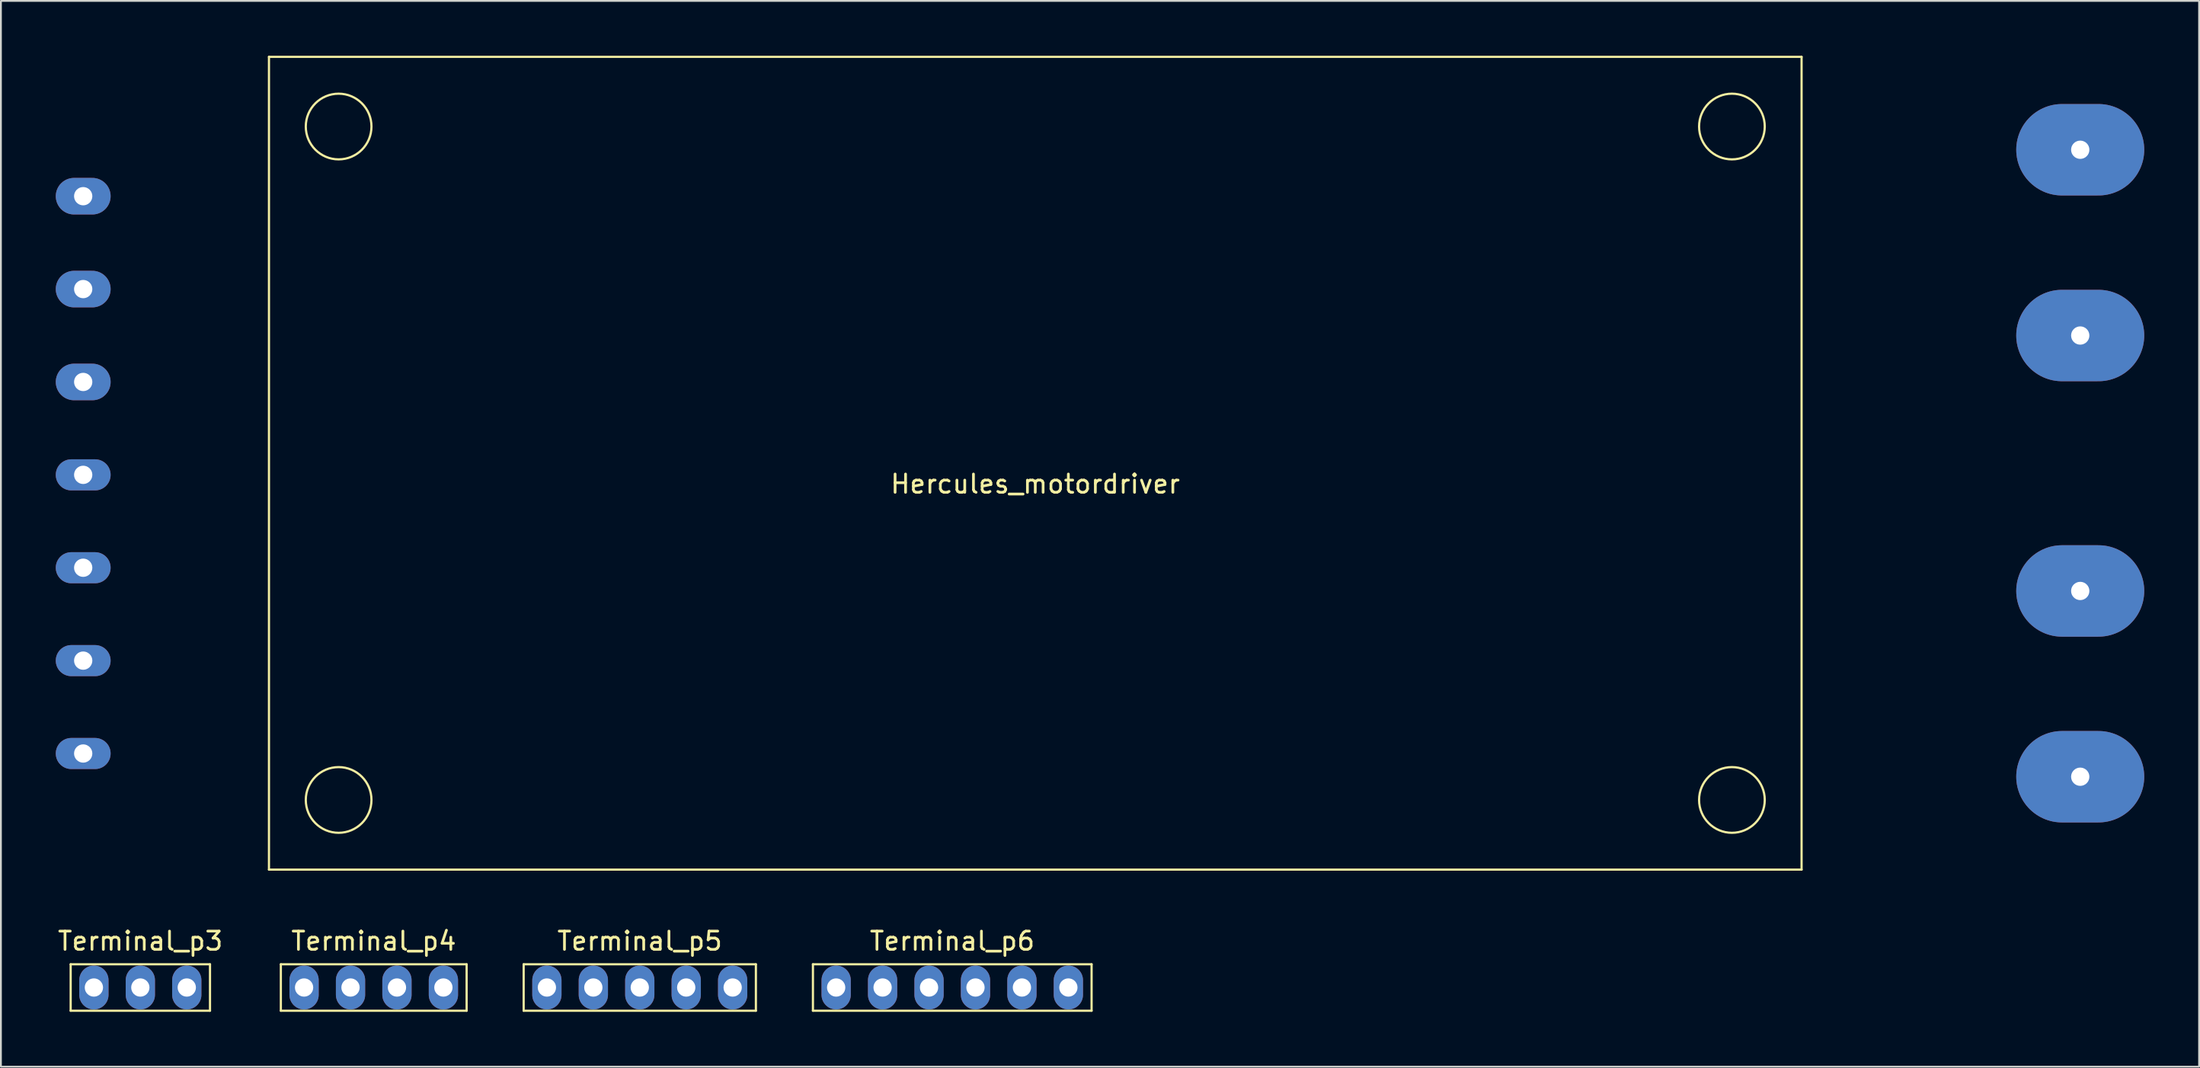
<source format=kicad_pcb>
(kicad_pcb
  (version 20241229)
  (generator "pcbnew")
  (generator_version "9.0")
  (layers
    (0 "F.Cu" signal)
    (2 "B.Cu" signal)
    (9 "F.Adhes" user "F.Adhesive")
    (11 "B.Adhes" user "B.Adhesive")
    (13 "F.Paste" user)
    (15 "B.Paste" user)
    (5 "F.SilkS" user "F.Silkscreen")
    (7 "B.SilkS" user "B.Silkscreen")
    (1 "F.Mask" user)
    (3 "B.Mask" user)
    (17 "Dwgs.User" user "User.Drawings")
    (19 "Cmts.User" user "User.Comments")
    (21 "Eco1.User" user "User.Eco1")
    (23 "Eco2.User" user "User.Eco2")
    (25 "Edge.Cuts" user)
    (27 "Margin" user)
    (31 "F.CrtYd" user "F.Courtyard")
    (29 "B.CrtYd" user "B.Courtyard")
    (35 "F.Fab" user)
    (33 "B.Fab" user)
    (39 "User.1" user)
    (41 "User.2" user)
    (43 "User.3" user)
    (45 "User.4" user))
  (footprint "Terminal_p4"
    (layer "F.Cu")
    (at 17.39 50.958)
    (property "Reference" "Terminal_p4" (at 0 -2.54 0) (layer "F.SilkS") (effects (font (size 1 1) (thickness 0.15))))
    (attr through_hole)
    (fp_line (start -5.08 -1.27) (end 5.08 -1.27) (stroke (width 0.12) (type solid)) (layer "F.SilkS"))
    (fp_line (start -5.08 1.27) (end -5.08 -1.27) (stroke (width 0.12) (type solid)) (layer "F.SilkS"))
    (fp_line (start 5.08 -1.27) (end 5.08 1.27) (stroke (width 0.12) (type solid)) (layer "F.SilkS"))
    (fp_line (start 5.08 1.27) (end -5.08 1.27) (stroke (width 0.12) (type solid)) (layer "F.SilkS"))
    (pad "1" thru_hole oval (at -3.81 0) (size 1.6 2.4) (drill 1) (layers "*.Cu" "*.Mask"))
    (pad "2" thru_hole oval (at -1.27 0) (size 1.6 2.4) (drill 1) (layers "*.Cu" "*.Mask"))
    (pad "3" thru_hole oval (at 1.27 0) (size 1.6 2.4) (drill 1) (layers "*.Cu" "*.Mask"))
    (pad "4" thru_hole oval (at 3.81 0) (size 1.6 2.4) (drill 1) (layers "*.Cu" "*.Mask")))
  (footprint "Terminal_p3"
    (layer "F.Cu")
    (at 4.625 50.958)
    (property "Reference" "Terminal_p3" (at 0 -2.54 0) (layer "F.SilkS") (effects (font (size 1 1) (thickness 0.15))))
    (attr through_hole)
    (fp_line (start -3.81 -1.27) (end 3.81 -1.27) (stroke (width 0.12) (type solid)) (layer "F.SilkS"))
    (fp_line (start -3.81 1.27) (end -3.81 -1.27) (stroke (width 0.12) (type solid)) (layer "F.SilkS"))
    (fp_line (start 3.81 -1.27) (end 3.81 1.27) (stroke (width 0.12) (type solid)) (layer "F.SilkS"))
    (fp_line (start 3.81 1.27) (end -3.81 1.27) (stroke (width 0.12) (type solid)) (layer "F.SilkS"))
    (pad "1" thru_hole oval (at -2.54 0) (size 1.6 2.4) (drill 1) (layers "*.Cu" "*.Mask"))
    (pad "2" thru_hole oval (at 0 0) (size 1.6 2.4) (drill 1) (layers "*.Cu" "*.Mask"))
    (pad "3" thru_hole oval (at 2.54 0) (size 1.6 2.4) (drill 1) (layers "*.Cu" "*.Mask")))
  (footprint "Hercules_motordriver"
    (layer "F.Cu")
    (at 53.57 22.92)
    (property "Reference" "Hercules_motordriver" (at 0 0.5 0) (layer "F.SilkS") (effects (font (size 1 1) (thickness 0.15))))
    (attr through_hole)
    (fp_line (start -41.91 -22.86) (end -41.91 21.59) (stroke (width 0.12) (type solid)) (layer "F.SilkS"))
    (fp_line (start -41.91 -22.86) (end 41.91 -22.86) (stroke (width 0.12) (type solid)) (layer "F.SilkS"))
    (fp_line (start -41.91 21.59) (end 41.91 21.59) (stroke (width 0.12) (type solid)) (layer "F.SilkS"))
    (fp_line (start 41.91 21.59) (end 41.91 -22.86) (stroke (width 0.12) (type solid)) (layer "F.SilkS"))
    (fp_circle (center -38.1 -19.05) (end -36.83 -17.78) (stroke (width 0.12) (type solid)) (fill no) (layer "F.SilkS"))
    (fp_circle (center -38.1 17.78) (end -36.83 16.51) (stroke (width 0.12) (type solid)) (fill no) (layer "F.SilkS"))
    (fp_circle (center 38.1 -19.05) (end 36.83 -17.78) (stroke (width 0.12) (type solid)) (fill no) (layer "F.SilkS"))
    (fp_circle (center 38.1 17.78) (end 36.83 16.51) (stroke (width 0.12) (type solid)) (fill no) (layer "F.SilkS"))
    (pad "1" thru_hole oval (at -52.07 -15.24) (size 3 2) (drill 1) (layers "*.Cu" "*.Mask"))
    (pad "2" thru_hole oval (at -52.07 -10.16) (size 3 2) (drill 1) (layers "*.Cu" "*.Mask"))
    (pad "3" thru_hole oval (at -52.07 -5.08) (size 3 2) (drill 1) (layers "*.Cu" "*.Mask"))
    (pad "4" thru_hole oval (at -52.07 0) (size 3 1.7) (drill 1) (layers "*.Cu" "*.Mask"))
    (pad "5" thru_hole oval (at -52.07 5.08) (size 3 1.7) (drill 1) (layers "*.Cu" "*.Mask"))
    (pad "6" thru_hole oval (at -52.07 10.16) (size 3 1.7) (drill 1) (layers "*.Cu" "*.Mask"))
    (pad "7" thru_hole oval (at -52.07 15.24) (size 3 1.7) (drill 1) (layers "*.Cu" "*.Mask"))
    (pad "8" thru_hole oval (at 57.15 -17.78) (size 7 5) (drill 1) (layers "*.Cu" "*.Mask"))
    (pad "9" thru_hole oval (at 57.15 -7.62) (size 7 5) (drill 1) (layers "*.Cu" "*.Mask"))
    (pad "10" thru_hole oval (at 57.15 6.35) (size 7 5) (drill 1) (layers "*.Cu" "*.Mask"))
    (pad "11" thru_hole oval (at 57.15 16.51) (size 7 5) (drill 1) (layers "*.Cu" "*.Mask")))
  (footprint "Terminal_p5"
    (layer "F.Cu")
    (at 31.94 50.958)
    (property "Reference" "Terminal_p5" (at 0 -2.54 0) (layer "F.SilkS") (effects (font (size 1 1) (thickness 0.15))))
    (attr through_hole)
    (fp_line (start -6.35 -1.27) (end 6.35 -1.27) (stroke (width 0.12) (type solid)) (layer "F.SilkS"))
    (fp_line (start -6.35 1.27) (end -6.35 -1.27) (stroke (width 0.12) (type solid)) (layer "F.SilkS"))
    (fp_line (start 6.35 -1.27) (end 6.35 1.27) (stroke (width 0.12) (type solid)) (layer "F.SilkS"))
    (fp_line (start 6.35 1.27) (end -6.35 1.27) (stroke (width 0.12) (type solid)) (layer "F.SilkS"))
    (pad "1" thru_hole oval (at -5.08 0) (size 1.6 2.4) (drill 1) (layers "*.Cu" "*.Mask"))
    (pad "2" thru_hole oval (at -2.54 0) (size 1.6 2.4) (drill 1) (layers "*.Cu" "*.Mask"))
    (pad "3" thru_hole oval (at 0 0) (size 1.6 2.4) (drill 1) (layers "*.Cu" "*.Mask"))
    (pad "4" thru_hole oval (at 2.54 0) (size 1.6 2.4) (drill 1) (layers "*.Cu" "*.Mask"))
    (pad "5" thru_hole oval (at 5.08 0) (size 1.6 2.4) (drill 1) (layers "*.Cu" "*.Mask")))
  (footprint "Terminal_p6"
    (layer "F.Cu")
    (at 49.03 50.958)
    (property "Reference" "Terminal_p6" (at 0 -2.54 0) (layer "F.SilkS") (effects (font (size 1 1) (thickness 0.15))))
    (attr through_hole)
    (fp_line (start -7.62 -1.27) (end 7.62 -1.27) (stroke (width 0.12) (type solid)) (layer "F.SilkS"))
    (fp_line (start -7.62 1.27) (end -7.62 -1.27) (stroke (width 0.12) (type solid)) (layer "F.SilkS"))
    (fp_line (start 7.62 -1.27) (end 7.62 1.27) (stroke (width 0.12) (type solid)) (layer "F.SilkS"))
    (fp_line (start 7.62 1.27) (end -7.62 1.27) (stroke (width 0.12) (type solid)) (layer "F.SilkS"))
    (pad "1" thru_hole oval (at -6.35 0) (size 1.6 2.4) (drill 1) (layers "*.Cu" "*.Mask"))
    (pad "2" thru_hole oval (at -3.81 0) (size 1.6 2.4) (drill 1) (layers "*.Cu" "*.Mask"))
    (pad "3" thru_hole oval (at -1.27 0) (size 1.6 2.4) (drill 1) (layers "*.Cu" "*.Mask"))
    (pad "4" thru_hole oval (at 1.27 0) (size 1.6 2.4) (drill 1) (layers "*.Cu" "*.Mask"))
    (pad "5" thru_hole oval (at 3.81 0) (size 1.6 2.4) (drill 1) (layers "*.Cu" "*.Mask"))
    (pad "6" thru_hole oval (at 6.35 0) (size 1.6 2.4) (drill 1) (layers "*.Cu" "*.Mask")))
  (gr_rect
    (start -3 -3)
    (end 117.22 55.288)
    (stroke (width 0.1) (type default))
    (fill no)
    (layer "Edge.Cuts")))
</source>
